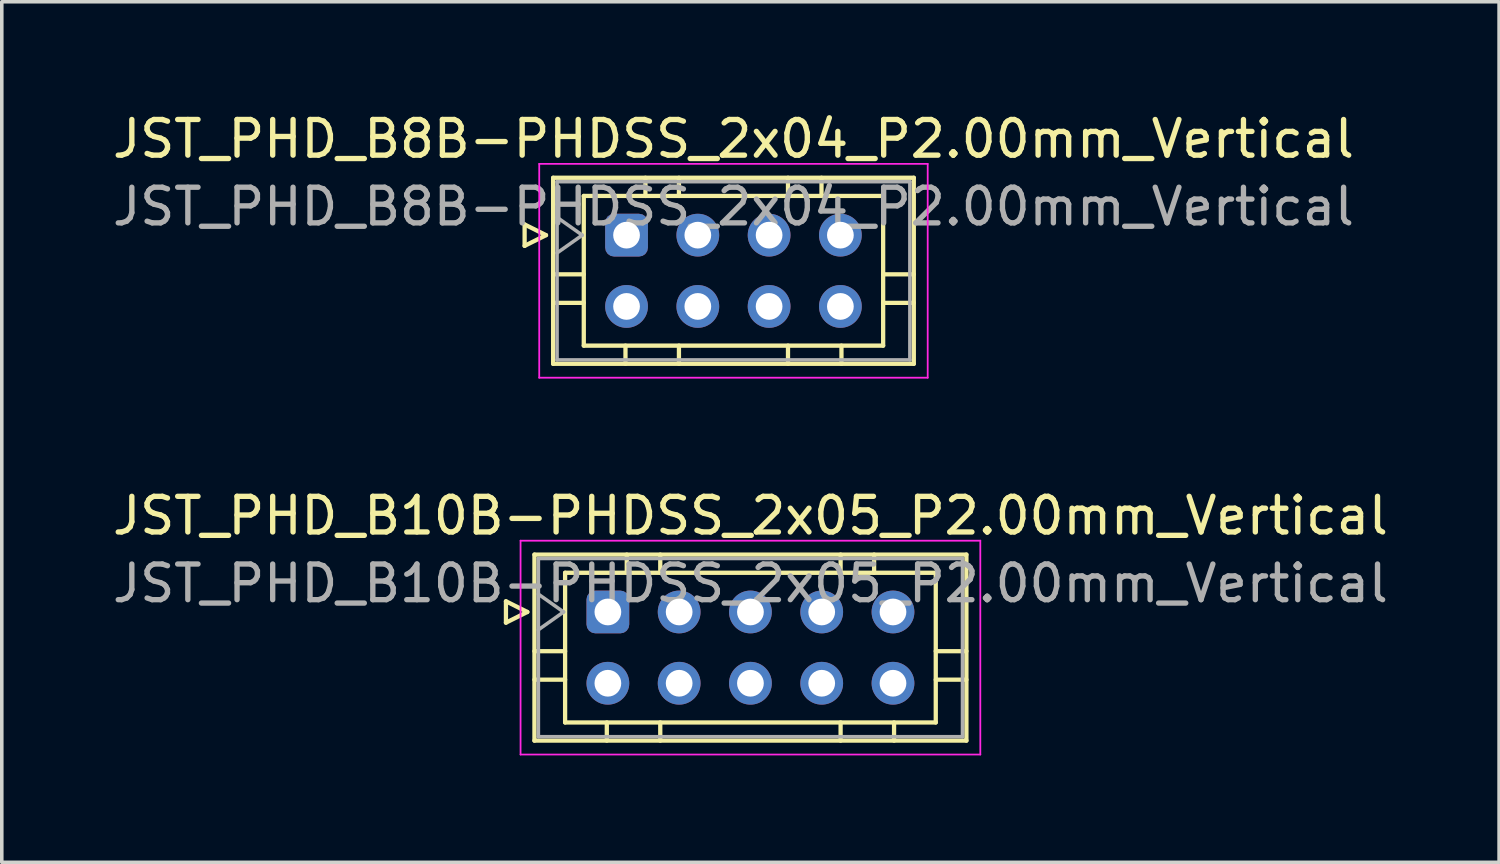
<source format=kicad_pcb>
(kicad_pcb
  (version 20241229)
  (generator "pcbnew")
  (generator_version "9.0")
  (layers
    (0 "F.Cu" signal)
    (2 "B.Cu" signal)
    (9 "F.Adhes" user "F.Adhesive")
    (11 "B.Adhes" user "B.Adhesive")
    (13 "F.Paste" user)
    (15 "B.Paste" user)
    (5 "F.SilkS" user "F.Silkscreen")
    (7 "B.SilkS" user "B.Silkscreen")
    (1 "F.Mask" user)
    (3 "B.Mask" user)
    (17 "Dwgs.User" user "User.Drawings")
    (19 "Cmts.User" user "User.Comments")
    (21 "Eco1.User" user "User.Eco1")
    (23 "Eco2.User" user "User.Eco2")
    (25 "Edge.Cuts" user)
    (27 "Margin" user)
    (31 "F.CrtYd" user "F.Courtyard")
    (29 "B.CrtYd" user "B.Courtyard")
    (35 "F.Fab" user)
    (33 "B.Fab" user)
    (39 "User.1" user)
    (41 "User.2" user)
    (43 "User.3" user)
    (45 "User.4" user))
  (footprint "JST_PHD_B8B-PHDSS_2x04_P2.00mm_Vertical"
    (layer "F.Cu")
    (at 14.53 3.548)
    (property "Reference" "JST_PHD_B8B-PHDSS_2x04_P2.00mm_Vertical" (at 3 -2.7 0) (layer "F.SilkS") (effects (font (size 1 1) (thickness 0.15))))
    (attr through_hole)
    (fp_line (start -2.86 -0.3) (end -2.26 0) (stroke (width 0.12) (type solid)) (layer "F.SilkS"))
    (fp_line (start -2.86 0.3) (end -2.86 -0.3) (stroke (width 0.12) (type solid)) (layer "F.SilkS"))
    (fp_line (start -2.26 0) (end -2.86 0.3) (stroke (width 0.12) (type solid)) (layer "F.SilkS"))
    (fp_line (start -2.06 -1.61) (end -2.06 3.61) (stroke (width 0.12) (type solid)) (layer "F.SilkS"))
    (fp_line (start -2.06 1.1) (end -1.2 1.1) (stroke (width 0.12) (type solid)) (layer "F.SilkS"))
    (fp_line (start -2.06 1.9) (end -1.2 1.9) (stroke (width 0.12) (type solid)) (layer "F.SilkS"))
    (fp_line (start -2.06 3.61) (end 8.06 3.61) (stroke (width 0.12) (type solid)) (layer "F.SilkS"))
    (fp_line (start -1.2 -1.1) (end -1.2 3.1) (stroke (width 0.12) (type solid)) (layer "F.SilkS"))
    (fp_line (start -1.2 3.1) (end 7.2 3.1) (stroke (width 0.12) (type solid)) (layer "F.SilkS"))
    (fp_line (start -0.03 3.61) (end -0.03 3.1) (stroke (width 0.12) (type solid)) (layer "F.SilkS"))
    (fp_line (start 0.53 -1.61) (end 0.53 -1.1) (stroke (width 0.12) (type solid)) (layer "F.SilkS"))
    (fp_line (start 1.47 -1.61) (end 1.47 -1.1) (stroke (width 0.12) (type solid)) (layer "F.SilkS"))
    (fp_line (start 1.47 3.61) (end 1.47 3.1) (stroke (width 0.12) (type solid)) (layer "F.SilkS"))
    (fp_line (start 4.53 -1.61) (end 4.53 -1.1) (stroke (width 0.12) (type solid)) (layer "F.SilkS"))
    (fp_line (start 4.53 3.61) (end 4.53 3.1) (stroke (width 0.12) (type solid)) (layer "F.SilkS"))
    (fp_line (start 5.47 -1.61) (end 5.47 -1.1) (stroke (width 0.12) (type solid)) (layer "F.SilkS"))
    (fp_line (start 6.03 3.61) (end 6.03 3.1) (stroke (width 0.12) (type solid)) (layer "F.SilkS"))
    (fp_line (start 7.2 -1.1) (end -1.2 -1.1) (stroke (width 0.12) (type solid)) (layer "F.SilkS"))
    (fp_line (start 7.2 3.1) (end 7.2 -1.1) (stroke (width 0.12) (type solid)) (layer "F.SilkS"))
    (fp_line (start 8.06 -1.61) (end -2.06 -1.61) (stroke (width 0.12) (type solid)) (layer "F.SilkS"))
    (fp_line (start 8.06 1.1) (end 7.2 1.1) (stroke (width 0.12) (type solid)) (layer "F.SilkS"))
    (fp_line (start 8.06 1.9) (end 7.2 1.9) (stroke (width 0.12) (type solid)) (layer "F.SilkS"))
    (fp_line (start 8.06 3.61) (end 8.06 -1.61) (stroke (width 0.12) (type solid)) (layer "F.SilkS"))
    (fp_line (start -2.45 -2) (end -2.45 4) (stroke (width 0.05) (type solid)) (layer "F.CrtYd"))
    (fp_line (start -2.45 4) (end 8.45 4) (stroke (width 0.05) (type solid)) (layer "F.CrtYd"))
    (fp_line (start 8.45 -2) (end -2.45 -2) (stroke (width 0.05) (type solid)) (layer "F.CrtYd"))
    (fp_line (start 8.45 4) (end 8.45 -2) (stroke (width 0.05) (type solid)) (layer "F.CrtYd"))
    (fp_line (start -1.95 -1.5) (end -1.95 3.5) (stroke (width 0.1) (type solid)) (layer "F.Fab"))
    (fp_line (start -1.95 0.5) (end -1.243 0) (stroke (width 0.1) (type solid)) (layer "F.Fab"))
    (fp_line (start -1.95 3.5) (end 7.95 3.5) (stroke (width 0.1) (type solid)) (layer "F.Fab"))
    (fp_line (start -1.243 0) (end -1.95 -0.5) (stroke (width 0.1) (type solid)) (layer "F.Fab"))
    (fp_line (start 7.95 -1.5) (end -1.95 -1.5) (stroke (width 0.1) (type solid)) (layer "F.Fab"))
    (fp_line (start 7.95 3.5) (end 7.95 -1.5) (stroke (width 0.1) (type solid)) (layer "F.Fab"))
    (fp_text user "${REFERENCE}" (at 3 -0.8 0) (layer "F.Fab") (effects (font (size 1 1) (thickness 0.15))))
    (pad "1" thru_hole roundrect (at 0 0) (size 1.2 1.2) (drill 0.75) (layers "*.Cu" "*.Mask") (roundrect_rratio 0.208))
    (pad "2" thru_hole circle (at 0 2) (size 1.2 1.2) (drill 0.75) (layers "*.Cu" "*.Mask"))
    (pad "3" thru_hole circle (at 2 0) (size 1.2 1.2) (drill 0.75) (layers "*.Cu" "*.Mask"))
    (pad "4" thru_hole circle (at 2 2) (size 1.2 1.2) (drill 0.75) (layers "*.Cu" "*.Mask"))
    (pad "5" thru_hole circle (at 4 0) (size 1.2 1.2) (drill 0.75) (layers "*.Cu" "*.Mask"))
    (pad "6" thru_hole circle (at 4 2) (size 1.2 1.2) (drill 0.75) (layers "*.Cu" "*.Mask"))
    (pad "7" thru_hole circle (at 6 0) (size 1.2 1.2) (drill 0.75) (layers "*.Cu" "*.Mask"))
    (pad "8" thru_hole circle (at 6 2) (size 1.2 1.2) (drill 0.75) (layers "*.Cu" "*.Mask")))
  (footprint "JST_PHD_B10B-PHDSS_2x05_P2.00mm_Vertical"
    (layer "F.Cu")
    (at 14.006 14.121)
    (property "Reference" "JST_PHD_B10B-PHDSS_2x05_P2.00mm_Vertical" (at 4 -2.7 0) (layer "F.SilkS") (effects (font (size 1 1) (thickness 0.15))))
    (attr through_hole)
    (fp_line (start -2.86 -0.3) (end -2.26 0) (stroke (width 0.12) (type solid)) (layer "F.SilkS"))
    (fp_line (start -2.86 0.3) (end -2.86 -0.3) (stroke (width 0.12) (type solid)) (layer "F.SilkS"))
    (fp_line (start -2.26 0) (end -2.86 0.3) (stroke (width 0.12) (type solid)) (layer "F.SilkS"))
    (fp_line (start -2.06 -1.61) (end -2.06 3.61) (stroke (width 0.12) (type solid)) (layer "F.SilkS"))
    (fp_line (start -2.06 1.1) (end -1.2 1.1) (stroke (width 0.12) (type solid)) (layer "F.SilkS"))
    (fp_line (start -2.06 1.9) (end -1.2 1.9) (stroke (width 0.12) (type solid)) (layer "F.SilkS"))
    (fp_line (start -2.06 3.61) (end 10.06 3.61) (stroke (width 0.12) (type solid)) (layer "F.SilkS"))
    (fp_line (start -1.2 -1.1) (end -1.2 3.1) (stroke (width 0.12) (type solid)) (layer "F.SilkS"))
    (fp_line (start -1.2 3.1) (end 9.2 3.1) (stroke (width 0.12) (type solid)) (layer "F.SilkS"))
    (fp_line (start -0.03 3.61) (end -0.03 3.1) (stroke (width 0.12) (type solid)) (layer "F.SilkS"))
    (fp_line (start 0.53 -1.61) (end 0.53 -1.1) (stroke (width 0.12) (type solid)) (layer "F.SilkS"))
    (fp_line (start 1.47 -1.61) (end 1.47 -1.1) (stroke (width 0.12) (type solid)) (layer "F.SilkS"))
    (fp_line (start 1.47 3.61) (end 1.47 3.1) (stroke (width 0.12) (type solid)) (layer "F.SilkS"))
    (fp_line (start 6.53 -1.61) (end 6.53 -1.1) (stroke (width 0.12) (type solid)) (layer "F.SilkS"))
    (fp_line (start 6.53 3.61) (end 6.53 3.1) (stroke (width 0.12) (type solid)) (layer "F.SilkS"))
    (fp_line (start 7.47 -1.61) (end 7.47 -1.1) (stroke (width 0.12) (type solid)) (layer "F.SilkS"))
    (fp_line (start 8.03 3.61) (end 8.03 3.1) (stroke (width 0.12) (type solid)) (layer "F.SilkS"))
    (fp_line (start 9.2 -1.1) (end -1.2 -1.1) (stroke (width 0.12) (type solid)) (layer "F.SilkS"))
    (fp_line (start 9.2 3.1) (end 9.2 -1.1) (stroke (width 0.12) (type solid)) (layer "F.SilkS"))
    (fp_line (start 10.06 -1.61) (end -2.06 -1.61) (stroke (width 0.12) (type solid)) (layer "F.SilkS"))
    (fp_line (start 10.06 1.1) (end 9.2 1.1) (stroke (width 0.12) (type solid)) (layer "F.SilkS"))
    (fp_line (start 10.06 1.9) (end 9.2 1.9) (stroke (width 0.12) (type solid)) (layer "F.SilkS"))
    (fp_line (start 10.06 3.61) (end 10.06 -1.61) (stroke (width 0.12) (type solid)) (layer "F.SilkS"))
    (fp_line (start -2.45 -2) (end -2.45 4) (stroke (width 0.05) (type solid)) (layer "F.CrtYd"))
    (fp_line (start -2.45 4) (end 10.45 4) (stroke (width 0.05) (type solid)) (layer "F.CrtYd"))
    (fp_line (start 10.45 -2) (end -2.45 -2) (stroke (width 0.05) (type solid)) (layer "F.CrtYd"))
    (fp_line (start 10.45 4) (end 10.45 -2) (stroke (width 0.05) (type solid)) (layer "F.CrtYd"))
    (fp_line (start -1.95 -1.5) (end -1.95 3.5) (stroke (width 0.1) (type solid)) (layer "F.Fab"))
    (fp_line (start -1.95 0.5) (end -1.243 0) (stroke (width 0.1) (type solid)) (layer "F.Fab"))
    (fp_line (start -1.95 3.5) (end 9.95 3.5) (stroke (width 0.1) (type solid)) (layer "F.Fab"))
    (fp_line (start -1.243 0) (end -1.95 -0.5) (stroke (width 0.1) (type solid)) (layer "F.Fab"))
    (fp_line (start 9.95 -1.5) (end -1.95 -1.5) (stroke (width 0.1) (type solid)) (layer "F.Fab"))
    (fp_line (start 9.95 3.5) (end 9.95 -1.5) (stroke (width 0.1) (type solid)) (layer "F.Fab"))
    (fp_text user "${REFERENCE}" (at 4 -0.8 0) (layer "F.Fab") (effects (font (size 1 1) (thickness 0.15))))
    (pad "1" thru_hole roundrect (at 0 0) (size 1.2 1.2) (drill 0.75) (layers "*.Cu" "*.Mask") (roundrect_rratio 0.208))
    (pad "2" thru_hole circle (at 0 2) (size 1.2 1.2) (drill 0.75) (layers "*.Cu" "*.Mask"))
    (pad "3" thru_hole circle (at 2 0) (size 1.2 1.2) (drill 0.75) (layers "*.Cu" "*.Mask"))
    (pad "4" thru_hole circle (at 2 2) (size 1.2 1.2) (drill 0.75) (layers "*.Cu" "*.Mask"))
    (pad "5" thru_hole circle (at 4 0) (size 1.2 1.2) (drill 0.75) (layers "*.Cu" "*.Mask"))
    (pad "6" thru_hole circle (at 4 2) (size 1.2 1.2) (drill 0.75) (layers "*.Cu" "*.Mask"))
    (pad "7" thru_hole circle (at 6 0) (size 1.2 1.2) (drill 0.75) (layers "*.Cu" "*.Mask"))
    (pad "8" thru_hole circle (at 6 2) (size 1.2 1.2) (drill 0.75) (layers "*.Cu" "*.Mask"))
    (pad "9" thru_hole circle (at 8 0) (size 1.2 1.2) (drill 0.75) (layers "*.Cu" "*.Mask"))
    (pad "10" thru_hole circle (at 8 2) (size 1.2 1.2) (drill 0.75) (layers "*.Cu" "*.Mask")))
  (gr_rect
    (start -3 -3)
    (end 39.012 21.146)
    (stroke (width 0.1) (type default))
    (fill no)
    (layer "Edge.Cuts")))
</source>
